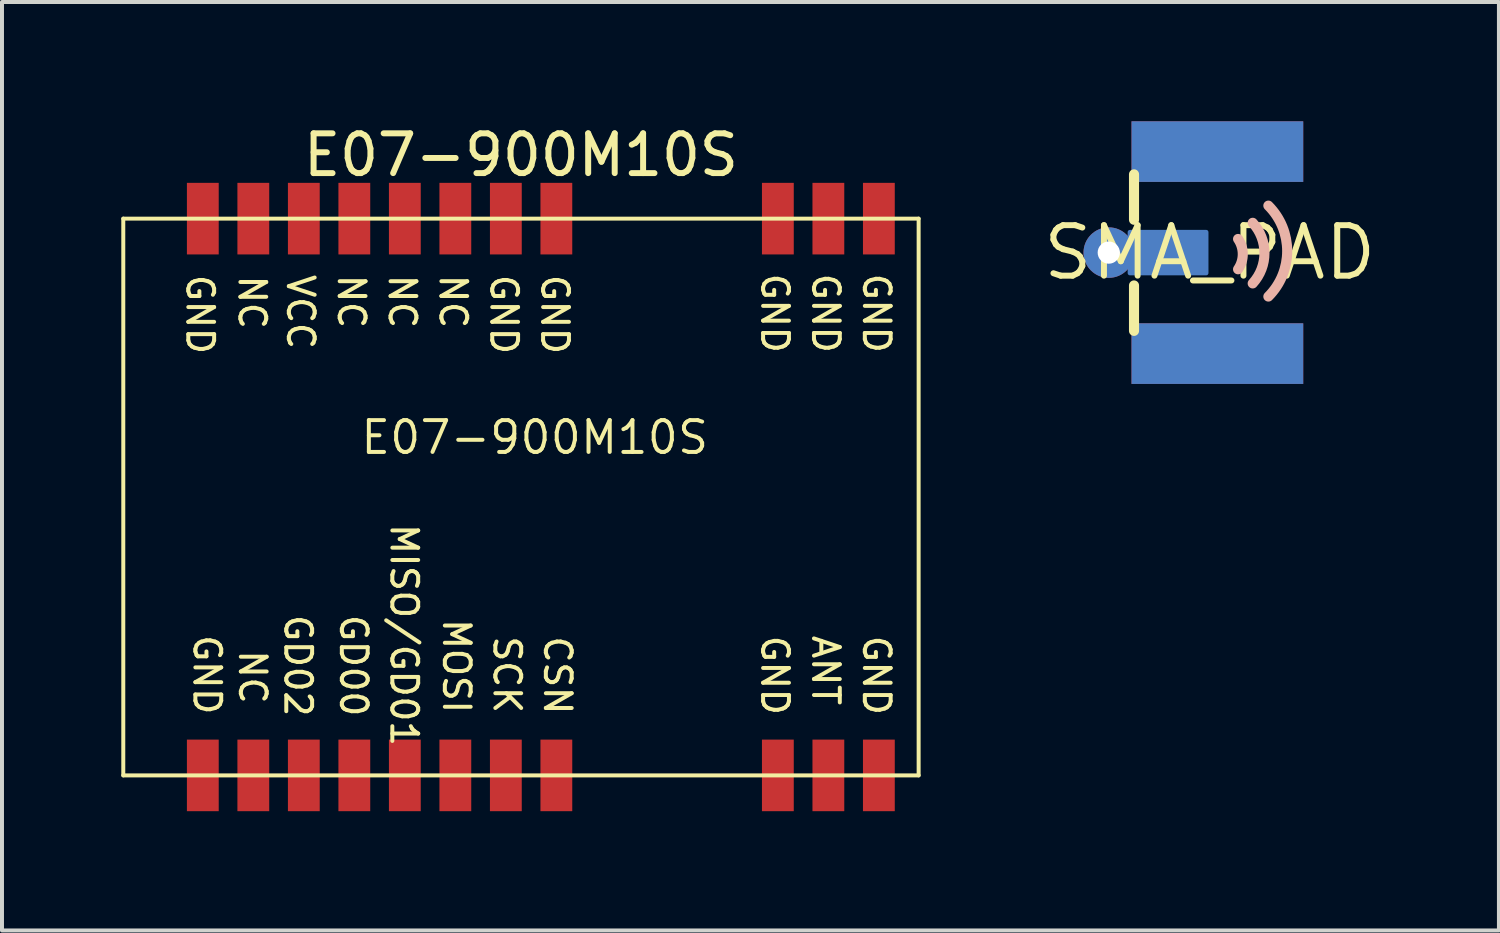
<source format=kicad_pcb>
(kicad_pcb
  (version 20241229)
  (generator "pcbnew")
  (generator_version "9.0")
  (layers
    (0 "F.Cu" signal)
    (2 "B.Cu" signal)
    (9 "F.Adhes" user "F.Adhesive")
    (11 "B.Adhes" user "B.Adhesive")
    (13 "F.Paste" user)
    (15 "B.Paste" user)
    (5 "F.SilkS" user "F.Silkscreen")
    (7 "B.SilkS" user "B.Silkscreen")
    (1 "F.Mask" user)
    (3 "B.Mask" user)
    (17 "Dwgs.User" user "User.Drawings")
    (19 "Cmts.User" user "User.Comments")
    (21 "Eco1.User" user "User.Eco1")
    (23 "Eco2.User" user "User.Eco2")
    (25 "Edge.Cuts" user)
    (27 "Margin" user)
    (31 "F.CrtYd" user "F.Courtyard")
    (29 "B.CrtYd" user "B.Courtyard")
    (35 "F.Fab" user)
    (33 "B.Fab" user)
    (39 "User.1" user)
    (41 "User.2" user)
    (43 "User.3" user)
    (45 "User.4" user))
  (footprint "SMA_PAD"
    (layer "F.Cu")
    (at 27.371 3.302)
    (property "Reference" "SMA_PAD" (at 0 0 0) (unlocked yes) (layer "F.SilkS") (effects (font (size 1.27 1.27) (thickness 0.15))))
    (fp_line (start -1.905 -1.968) (end -1.905 -0.826) (stroke (width 0.254) (type solid)) (layer "F.SilkS"))
    (fp_line (start -1.905 0.826) (end -1.905 1.968) (stroke (width 0.254) (type solid)) (layer "F.SilkS"))
    (fp_arc (start 0.7112 -0.3429) (mid 0.83015 0.0381) (end 0.7112 0.4191) (stroke (width 0.254) (type solid)) (layer "B.SilkS"))
    (fp_arc (start 1.0795 -0.7493) (mid 1.375081 0.012701) (end 1.079499 0.774701) (stroke (width 0.254) (type solid)) (layer "B.SilkS"))
    (fp_arc (start 1.4732 -1.1811) (mid 1.946646 -0.038099) (end 1.473199 1.104901) (stroke (width 0.254) (type solid)) (layer "B.SilkS"))
    (pad "ANT0" smd roundrect (at -1.049 0) (size 2.032 1.143) (layers "B.Cu" "B.Mask" "B.Paste") (roundrect_rratio 0.05))
    (pad "ANT1" smd roundrect (at -1.303 0 180) (size 1.524 1.016) (layers "F.Cu" "F.Mask" "F.Paste") (roundrect_rratio 0.1))
    (pad "ANT2" thru_hole circle (at -2.54 0 180) (size 1.27 1.27) (drill 0.559) (layers "*.Cu" "*.Mask"))
    (pad "GND3" smd rect (at 0.191 2.54) (size 4.318 1.524) (layers "F.Cu" "F.Mask"))
    (pad "GND4" smd rect (at 0.191 -2.54) (size 4.318 1.524) (layers "F.Cu" "F.Mask"))
    (pad "GND5" smd rect (at 0.191 -2.54 180) (size 4.318 1.524) (layers "B.Cu" "B.Mask"))
    (pad "GND6" smd rect (at 0.191 2.54 180) (size 4.318 1.524) (layers "B.Cu" "B.Mask"))
    (zone (net_name "") (layer "F.Cu") (hatch edge 0.5) (connect_pads) (min_thickness 0.25) (filled_areas_thickness no) (keepout (tracks not_allowed) (vias not_allowed) (pads not_allowed) (copperpour not_allowed) (footprints allowed)) (placement (enabled no)) (fill) (polygon (pts (xy 28.577 2.477) (xy 26.799 2.477) (xy 26.799 4.128) (xy 28.577 4.128)))))
  (footprint "E07-900M10S"
    (layer "F.Cu")
    (at 19.05 2.448)
    (property "Reference" "E07-900M10S" (at -9 -1.6 0) (unlocked yes) (layer "F.SilkS") (effects (font (size 1 1) (thickness 0.15))))
    (fp_line (start -19 0) (end 1 0) (stroke (width 0.1) (type solid)) (layer "F.SilkS"))
    (fp_line (start -19 14) (end -19 0) (stroke (width 0.1) (type solid)) (layer "F.SilkS"))
    (fp_line (start -19 14) (end 1 14) (stroke (width 0.1) (type solid)) (layer "F.SilkS"))
    (fp_line (start 1 14) (end 1 0) (stroke (width 0.1) (type solid)) (layer "F.SilkS"))
    (fp_text user "MOSI" (at -10.999 10.011 270) (unlocked yes) (layer "F.SilkS") (effects (font (size 0.65 0.65) (thickness 0.1)) (justify left bottom)))
    (fp_text user "GND" (at -17.45 1.353 270) (unlocked yes) (layer "F.SilkS") (effects (font (size 0.65 0.65) (thickness 0.1)) (justify left bottom)))
    (fp_text user "E07-900M10S" (at -13.081 5.969 0) (unlocked yes) (layer "F.SilkS") (effects (font (size 0.8 0.8) (thickness 0.1)) (justify left bottom)))
    (fp_text user "GD02" (at -14.986 9.906 270) (unlocked yes) (layer "F.SilkS") (effects (font (size 0.65 0.65) (thickness 0.1)) (justify left bottom)))
    (fp_text user "MISO/GD01" (at -12.319 7.62 270) (unlocked yes) (layer "F.SilkS") (effects (font (size 0.65 0.65) (thickness 0.1)) (justify left bottom)))
    (fp_text user "CSN" (at -8.459 10.444 270) (unlocked yes) (layer "F.SilkS") (effects (font (size 0.65 0.65) (thickness 0.1)) (justify left bottom)))
    (fp_text user "GND" (at -0.438 1.323 270) (unlocked yes) (layer "F.SilkS") (effects (font (size 0.65 0.65) (thickness 0.1)) (justify left bottom)))
    (fp_text user "GND" (at -17.272 10.414 270) (unlocked yes) (layer "F.SilkS") (effects (font (size 0.65 0.65) (thickness 0.1)) (justify left bottom)))
    (fp_text user "NC" (at -12.364 1.353 270) (unlocked yes) (layer "F.SilkS") (effects (font (size 0.65 0.65) (thickness 0.1)) (justify left bottom)))
    (fp_text user "GND" (at -1.717 1.323 270) (unlocked yes) (layer "F.SilkS") (effects (font (size 0.65 0.65) (thickness 0.1)) (justify left bottom)))
    (fp_text user "GND" (at -0.438 10.428 270) (unlocked yes) (layer "F.SilkS") (effects (font (size 0.65 0.65) (thickness 0.1)) (justify left bottom)))
    (fp_text user "GND" (at -8.528 1.353 270) (unlocked yes) (layer "F.SilkS") (effects (font (size 0.65 0.65) (thickness 0.1)) (justify left bottom)))
    (fp_text user "NC" (at -11.086 1.353 270) (unlocked yes) (layer "F.SilkS") (effects (font (size 0.65 0.65) (thickness 0.1)) (justify left bottom)))
    (fp_text user "VCC" (at -14.922 1.353 270) (unlocked yes) (layer "F.SilkS") (effects (font (size 0.65 0.65) (thickness 0.1)) (justify left bottom)))
    (fp_text user "GND" (at -2.996 10.428 270) (unlocked yes) (layer "F.SilkS") (effects (font (size 0.65 0.65) (thickness 0.1)) (justify left bottom)))
    (fp_text user "ANT" (at -1.717 10.428 270) (unlocked yes) (layer "F.SilkS") (effects (font (size 0.65 0.65) (thickness 0.1)) (justify left bottom)))
    (fp_text user "NC" (at -13.643 1.353 270) (unlocked yes) (layer "F.SilkS") (effects (font (size 0.65 0.65) (thickness 0.1)) (justify left bottom)))
    (fp_text user "GND" (at -2.996 1.323 270) (unlocked yes) (layer "F.SilkS") (effects (font (size 0.65 0.65) (thickness 0.1)) (justify left bottom)))
    (fp_text user "GD00" (at -13.589 9.906 270) (unlocked yes) (layer "F.SilkS") (effects (font (size 0.65 0.65) (thickness 0.1)) (justify left bottom)))
    (fp_text user "NC" (at -16.129 10.795 270) (unlocked yes) (layer "F.SilkS") (effects (font (size 0.65 0.65) (thickness 0.1)) (justify left bottom)))
    (fp_text user "GND" (at -9.807 1.353 270) (unlocked yes) (layer "F.SilkS") (effects (font (size 0.65 0.65) (thickness 0.1)) (justify left bottom)))
    (fp_text user "SCK" (at -9.729 10.444 270) (unlocked yes) (layer "F.SilkS") (effects (font (size 0.65 0.65) (thickness 0.1)) (justify left bottom)))
    (fp_text user "NC" (at -16.14 1.373 270) (unlocked yes) (layer "F.SilkS") (effects (font (size 0.65 0.65) (thickness 0.1)) (justify left bottom)))
    (pad "1" smd rect (at 0 0 180) (size 0.8 1.8) (layers "F.Cu" "F.Mask" "F.Paste"))
    (pad "2" smd rect (at -1.27 0 180) (size 0.8 1.8) (layers "F.Cu" "F.Mask" "F.Paste"))
    (pad "3" smd rect (at -2.54 0 180) (size 0.8 1.8) (layers "F.Cu" "F.Mask" "F.Paste"))
    (pad "4" smd rect (at -8.11 0) (size 0.8 1.8) (layers "F.Cu" "F.Mask" "F.Paste"))
    (pad "5" smd rect (at -9.38 0) (size 0.8 1.8) (layers "F.Cu" "F.Mask" "F.Paste"))
    (pad "6" smd rect (at -10.65 0) (size 0.8 1.8) (layers "F.Cu" "F.Mask" "F.Paste"))
    (pad "7" smd rect (at -11.92 0) (size 0.8 1.8) (layers "F.Cu" "F.Mask" "F.Paste"))
    (pad "8" smd rect (at -13.19 0) (size 0.8 1.8) (layers "F.Cu" "F.Mask" "F.Paste"))
    (pad "9" smd rect (at -14.46 0) (size 0.8 1.8) (layers "F.Cu" "F.Mask" "F.Paste"))
    (pad "10" smd rect (at -15.73 0) (size 0.8 1.8) (layers "F.Cu" "F.Mask" "F.Paste"))
    (pad "11" smd rect (at -17 0) (size 0.8 1.8) (layers "F.Cu" "F.Mask" "F.Paste"))
    (pad "12" smd rect (at -17 14) (size 0.8 1.8) (layers "F.Cu" "F.Mask" "F.Paste"))
    (pad "13" smd rect (at -15.73 14) (size 0.8 1.8) (layers "F.Cu" "F.Mask" "F.Paste"))
    (pad "14" smd rect (at -14.46 14) (size 0.8 1.8) (layers "F.Cu" "F.Mask" "F.Paste"))
    (pad "15" smd rect (at -13.19 14) (size 0.8 1.8) (layers "F.Cu" "F.Mask" "F.Paste"))
    (pad "16" smd rect (at -11.92 14) (size 0.8 1.8) (layers "F.Cu" "F.Mask" "F.Paste"))
    (pad "17" smd rect (at -10.65 14) (size 0.8 1.8) (layers "F.Cu" "F.Mask" "F.Paste"))
    (pad "18" smd rect (at -9.38 14) (size 0.8 1.8) (layers "F.Cu" "F.Mask" "F.Paste"))
    (pad "19" smd rect (at -8.11 14) (size 0.8 1.8) (layers "F.Cu" "F.Mask" "F.Paste"))
    (pad "20" smd rect (at -2.54 14 180) (size 0.8 1.8) (layers "F.Cu" "F.Mask" "F.Paste"))
    (pad "21" smd rect (at -1.27 14 180) (size 0.8 1.8) (layers "F.Cu" "F.Mask" "F.Paste"))
    (pad "22" smd rect (at 0 14 180) (size 0.8 1.8) (layers "F.Cu" "F.Mask" "F.Paste")))
  (gr_rect
    (start -3 -3)
    (end 34.642 20.348)
    (stroke (width 0.1) (type default))
    (fill no)
    (layer "Edge.Cuts")))
</source>
